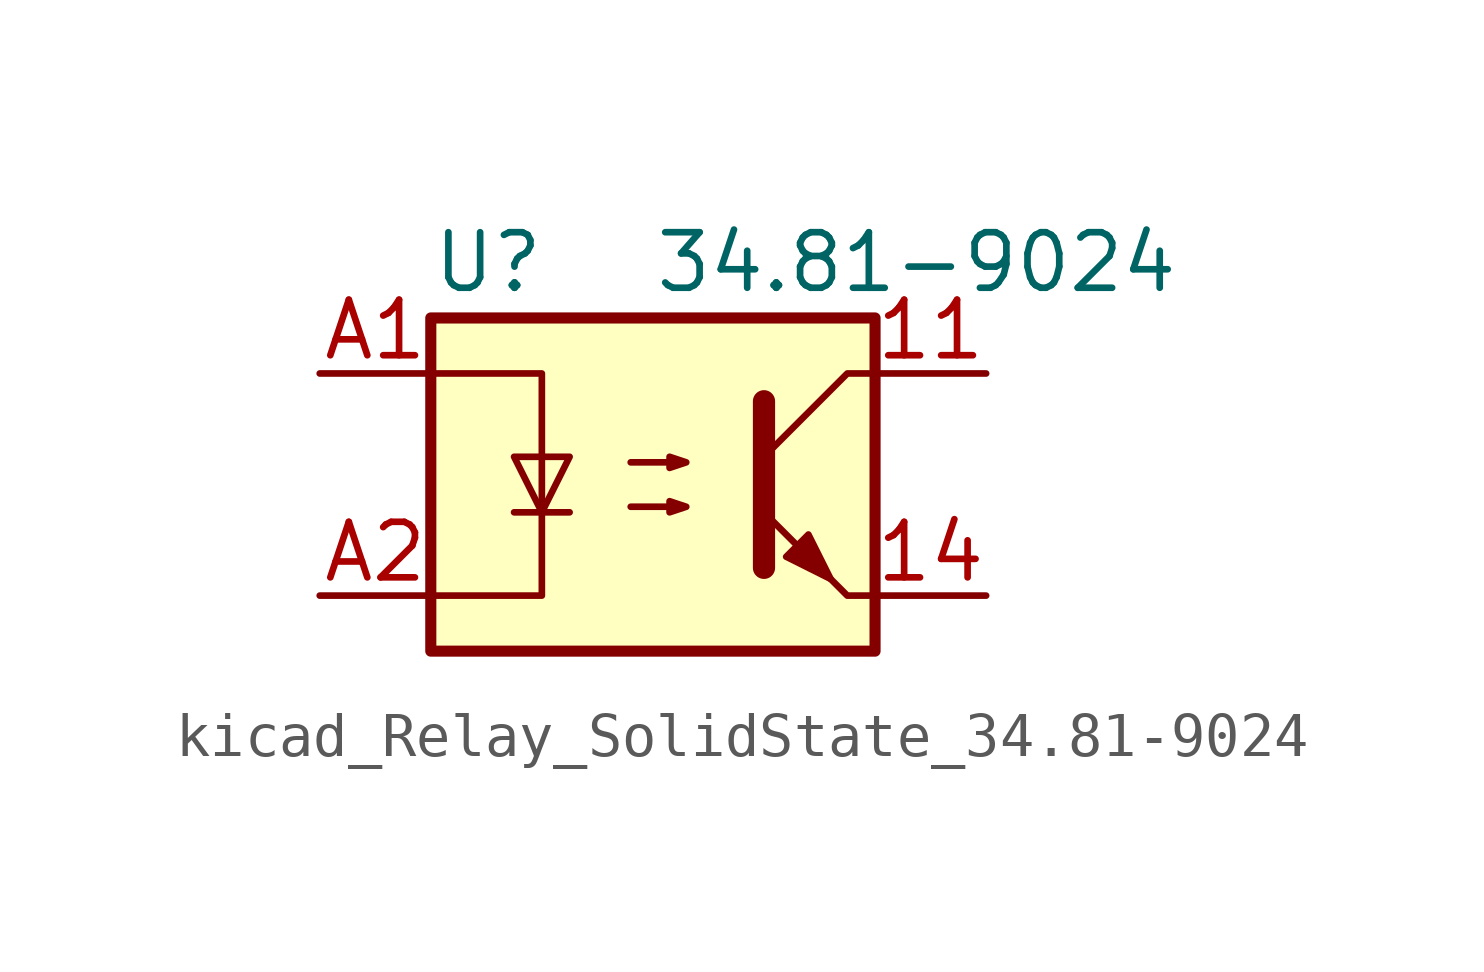
<source format=kicad_sym>
(kicad_symbol_lib
  (version 20220914)
  (generator kicad_symbol_editor)
  (symbol "kicad_Relay_SolidState_34.81-9024"
    (property "Reference" "U"
      (at -5.08 5.08 0)
      (effects (font (size 1.27 1.27)) (justify left)))
    (property "Value" "34.81-9024"
      (at 0 5.08 0)
      (effects (font (size 1.27 1.27)) (justify left)))
    (symbol "kicad_Relay_SolidState_34.81-9024_0_1"
      (rectangle (start -5.08 3.81) (end 5.08 -3.81) (stroke (width 0.254) (type default)) (fill (type background)))
      (polyline (pts (xy -3.175 -0.635) (xy -1.905 -0.635)) (stroke (width 0) (type default)) (fill (type none)))
      (polyline (pts (xy 2.54 1.905) (xy 2.54 -1.905) (xy 2.54 -1.905)) (stroke (width 0.508) (type default)) (fill (type none)))
      (polyline (pts (xy -5.08 2.54) (xy -2.54 2.54) (xy -2.54 -2.54) (xy -5.08 -2.54)) (stroke (width 0) (type default)) (fill (type none)))
      (polyline (pts (xy -2.54 -0.635) (xy -3.175 0.635) (xy -1.905 0.635) (xy -2.54 -0.635)) (stroke (width 0) (type default)) (fill (type none)))
      (polyline (pts (xy -0.508 -0.508) (xy 0.762 -0.508) (xy 0.381 -0.635) (xy 0.381 -0.381) (xy 0.762 -0.508)) (stroke (width 0) (type default)) (fill (type none)))
      (polyline (pts (xy -0.508 0.508) (xy 0.762 0.508) (xy 0.381 0.381) (xy 0.381 0.635) (xy 0.762 0.508)) (stroke (width 0) (type default)) (fill (type none)))
      (polyline (pts (xy 3.048 -1.651) (xy 3.556 -1.143) (xy 4.064 -2.159) (xy 3.048 -1.651) (xy 3.048 -1.651)) (stroke (width 0) (type default)) (fill (type outline)))
      (polyline (pts (xy 5.08 2.54) (xy 4.445 2.54) (xy 2.54 0.635) (xy 2.54 -0.635) (xy 4.445 -2.54) (xy 5.08 -2.54)) (stroke (width 0) (type default)) (fill (type none))))
    (symbol "kicad_Relay_SolidState_34.81-9024_1_1"
      (pin passive line (at 7.62 2.54 180) (length 2.54) (name "~" (effects (font (size 1.27 1.27)))) (number "11" (effects (font (size 1.27 1.27)))))
      (pin passive line (at 7.62 -2.54 180) (length 2.54) (name "~" (effects (font (size 1.27 1.27)))) (number "14" (effects (font (size 1.27 1.27)))))
      (pin passive line (at -7.62 2.54 0) (length 2.54) (name "~" (effects (font (size 1.27 1.27)))) (number "A1" (effects (font (size 1.27 1.27)))))
      (pin passive line (at -7.62 -2.54 0) (length 2.54) (name "~" (effects (font (size 1.27 1.27)))) (number "A2" (effects (font (size 1.27 1.27))))))))
</source>
